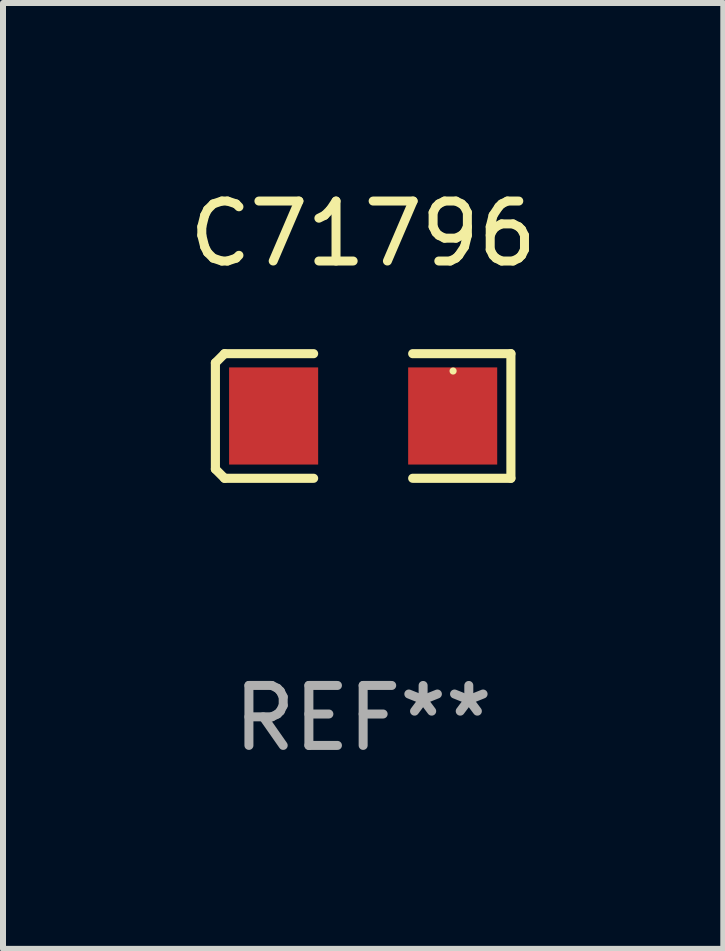
<source format=kicad_pcb>
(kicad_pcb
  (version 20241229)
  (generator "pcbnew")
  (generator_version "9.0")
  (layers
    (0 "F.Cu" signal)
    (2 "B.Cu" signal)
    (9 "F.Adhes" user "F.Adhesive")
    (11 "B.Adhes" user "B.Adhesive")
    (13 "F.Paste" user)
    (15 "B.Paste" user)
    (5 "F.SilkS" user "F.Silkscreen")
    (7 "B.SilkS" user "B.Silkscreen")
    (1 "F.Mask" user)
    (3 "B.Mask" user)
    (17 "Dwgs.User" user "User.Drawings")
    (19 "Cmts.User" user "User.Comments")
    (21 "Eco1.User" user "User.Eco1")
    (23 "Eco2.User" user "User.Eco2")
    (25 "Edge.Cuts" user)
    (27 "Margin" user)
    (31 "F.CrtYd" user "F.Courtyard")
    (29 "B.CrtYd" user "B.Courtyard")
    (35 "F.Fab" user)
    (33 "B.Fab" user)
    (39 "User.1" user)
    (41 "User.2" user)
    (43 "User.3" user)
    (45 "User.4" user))
  (footprint "C71796"
    (layer "F.Cu")
    (at 3.006 3.887)
    (property "Reference" "C71796" (at 0 -3.039 0) (layer "F.SilkS") (effects (font (size 1 1) (thickness 0.15))))
    (attr through_hole)
    (fp_line (start -2.464 -0.886) (end -2.311 -1.039) (stroke (width 0.152) (type solid)) (layer "F.SilkS"))
    (fp_line (start -2.464 0.886) (end -2.464 -0.886) (stroke (width 0.152) (type solid)) (layer "F.SilkS"))
    (fp_line (start -2.311 -1.039) (end -0.826 -1.039) (stroke (width 0.152) (type solid)) (layer "F.SilkS"))
    (fp_line (start -2.311 1.039) (end -2.464 0.886) (stroke (width 0.152) (type solid)) (layer "F.SilkS"))
    (fp_line (start -0.826 1.039) (end -2.311 1.039) (stroke (width 0.152) (type solid)) (layer "F.SilkS"))
    (fp_line (start 0.826 1.039) (end 2.464 1.039) (stroke (width 0.152) (type solid)) (layer "F.SilkS"))
    (fp_line (start 2.464 -1.039) (end 0.826 -1.039) (stroke (width 0.152) (type solid)) (layer "F.SilkS"))
    (fp_line (start 2.464 1.039) (end 2.464 -1.039) (stroke (width 0.152) (type solid)) (layer "F.SilkS"))
    (fp_circle (center 1.5 -0.75) (end 1.53 -0.75) (stroke (width 0.06) (type solid)) (fill no) (layer "F.SilkS"))
    (fp_text user "REF**" (at 0 5.039 0) (layer "F.Fab") (effects (font (size 1 1) (thickness 0.15))))
    (pad "1" smd rect (at 1.493 0) (size 1.485 1.62) (layers "F.Cu" "F.Mask" "F.Paste"))
    (pad "2" smd rect (at -1.493 0) (size 1.485 1.62) (layers "F.Cu" "F.Mask" "F.Paste")))
  (gr_rect
    (start -3 -3)
    (end 9.012 12.774)
    (stroke (width 0.1) (type default))
    (fill no)
    (layer "Edge.Cuts")))
</source>
